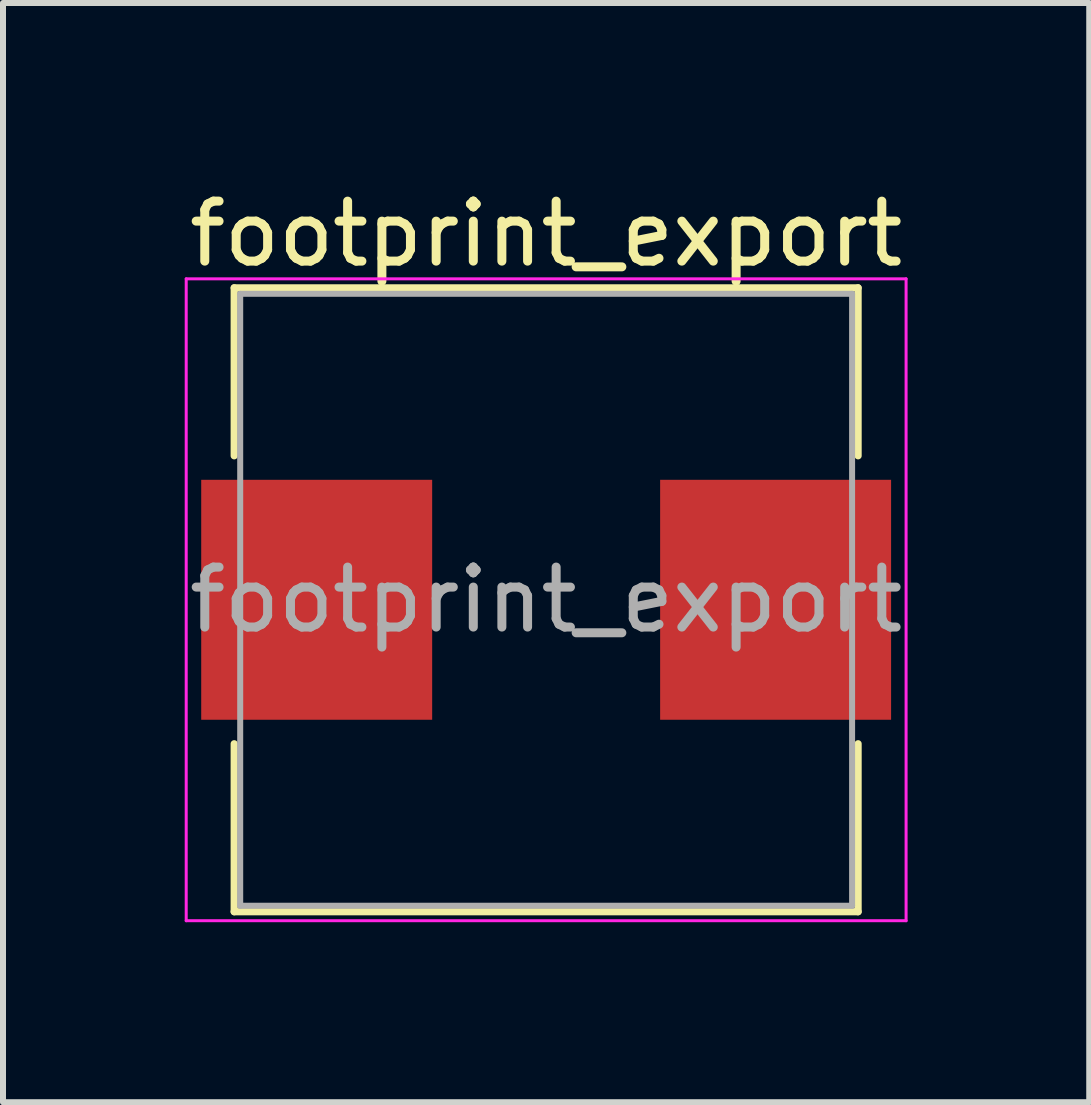
<source format=kicad_pcb>
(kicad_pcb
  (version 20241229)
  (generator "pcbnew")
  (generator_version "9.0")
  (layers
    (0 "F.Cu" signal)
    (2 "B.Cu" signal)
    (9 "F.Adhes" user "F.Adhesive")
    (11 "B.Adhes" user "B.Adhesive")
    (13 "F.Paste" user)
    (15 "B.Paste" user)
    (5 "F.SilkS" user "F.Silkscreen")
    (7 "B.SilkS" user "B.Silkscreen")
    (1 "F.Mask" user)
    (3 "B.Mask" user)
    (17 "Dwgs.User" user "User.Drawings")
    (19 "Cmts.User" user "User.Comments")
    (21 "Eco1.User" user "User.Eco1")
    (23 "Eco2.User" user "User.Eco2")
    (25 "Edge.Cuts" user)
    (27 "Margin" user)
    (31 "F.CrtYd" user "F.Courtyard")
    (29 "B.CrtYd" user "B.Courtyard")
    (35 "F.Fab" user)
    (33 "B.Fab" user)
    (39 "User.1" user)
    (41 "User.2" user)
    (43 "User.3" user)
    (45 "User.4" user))
  (footprint "footprint_export"
    (layer "F.Cu")
    (at 6.054 6.948)
    (property "Reference" "footprint_export" (at 0 -6.1 0) (layer "F.SilkS") (effects (font (size 1 1) (thickness 0.15))))
    (attr smd)
    (fp_line (start -5.2 -5.2) (end 5.2 -5.2) (stroke (width 0.12) (type solid)) (layer "F.SilkS"))
    (fp_line (start -5.2 -2.4) (end -5.2 -5.2) (stroke (width 0.12) (type solid)) (layer "F.SilkS"))
    (fp_line (start -5.2 2.4) (end -5.2 5.2) (stroke (width 0.12) (type solid)) (layer "F.SilkS"))
    (fp_line (start -5.2 5.2) (end 5.2 5.2) (stroke (width 0.12) (type solid)) (layer "F.SilkS"))
    (fp_line (start 5.2 -5.2) (end 5.2 -2.4) (stroke (width 0.12) (type solid)) (layer "F.SilkS"))
    (fp_line (start 5.2 5.2) (end 5.2 2.4) (stroke (width 0.12) (type solid)) (layer "F.SilkS"))
    (fp_line (start -6 -5.35) (end -6 5.35) (stroke (width 0.05) (type solid)) (layer "F.CrtYd"))
    (fp_line (start -6 5.35) (end 6 5.35) (stroke (width 0.05) (type solid)) (layer "F.CrtYd"))
    (fp_line (start 6 -5.35) (end -6 -5.35) (stroke (width 0.05) (type solid)) (layer "F.CrtYd"))
    (fp_line (start 6 5.35) (end 6 -5.35) (stroke (width 0.05) (type solid)) (layer "F.CrtYd"))
    (fp_line (start -5.1 -5.1) (end -5.1 5.1) (stroke (width 0.1) (type solid)) (layer "F.Fab"))
    (fp_line (start -5.1 5.1) (end 5.1 5.1) (stroke (width 0.1) (type solid)) (layer "F.Fab"))
    (fp_line (start 5.1 -5.1) (end -5.1 -5.1) (stroke (width 0.1) (type solid)) (layer "F.Fab"))
    (fp_line (start 5.1 5.1) (end 5.1 -5.1) (stroke (width 0.1) (type solid)) (layer "F.Fab"))
    (fp_text user "${REFERENCE}" (at 0 0 0) (layer "F.Fab") (effects (font (size 1 1) (thickness 0.15))))
    (pad "1" smd rect (at -3.825 0) (size 3.85 4) (layers "F.Cu" "F.Mask" "F.Paste"))
    (pad "2" smd rect (at 3.825 0) (size 3.85 4) (layers "F.Cu" "F.Mask" "F.Paste")))
  (gr_rect
    (start -3 -3)
    (end 15.107 15.323)
    (stroke (width 0.1) (type default))
    (fill no)
    (layer "Edge.Cuts")))
</source>
